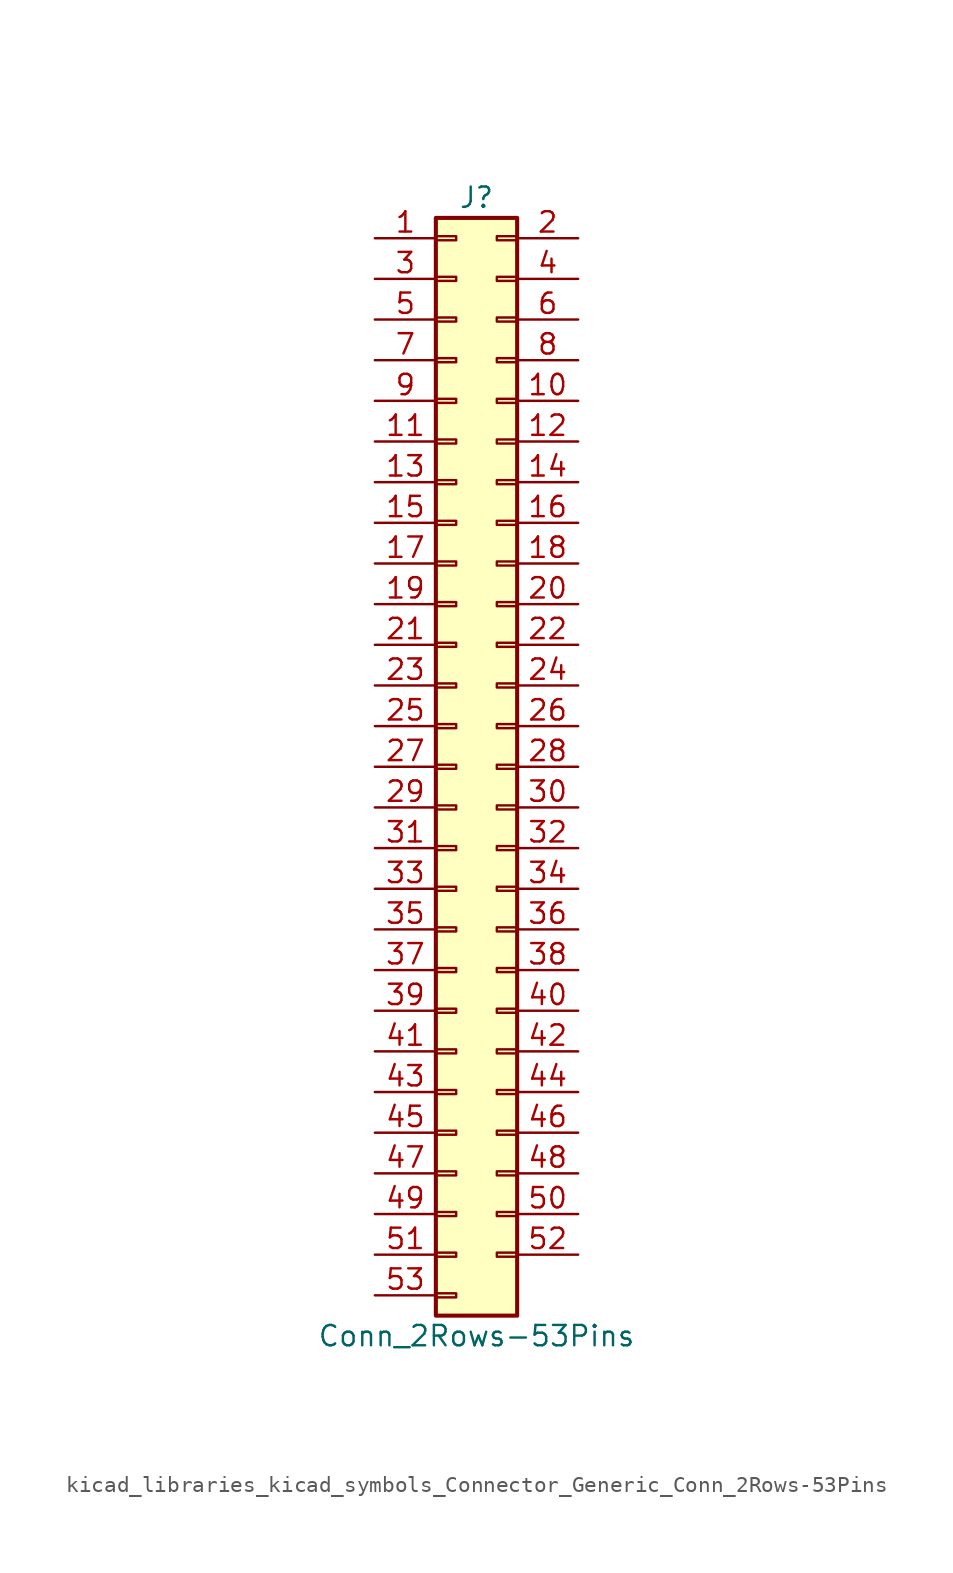
<source format=kicad_sym>
(kicad_symbol_lib
  (version 20220914)
  (generator kicad_symbol_editor)
  (symbol "kicad_libraries_kicad_symbols_Connector_Generic_Conn_2Rows-53Pins"
    (pin_names
      (offset 1.016) hide)
    (property "Reference" "J"
      (at 1.27 35.56 0)
      (effects (font (size 1.27 1.27))))
    (property "Value" "Conn_2Rows-53Pins"
      (at 1.27 -35.56 0)
      (effects (font (size 1.27 1.27))))
    (symbol "kicad_libraries_kicad_symbols_Connector_Generic_Conn_2Rows-53Pins_1_1"
      (rectangle (start -1.27 -32.893) (end 0 -33.147) (stroke (width 0.152) (type default)) (fill (type none)))
      (rectangle (start -1.27 -30.353) (end 0 -30.607) (stroke (width 0.152) (type default)) (fill (type none)))
      (rectangle (start -1.27 -27.813) (end 0 -28.067) (stroke (width 0.152) (type default)) (fill (type none)))
      (rectangle (start -1.27 -25.273) (end 0 -25.527) (stroke (width 0.152) (type default)) (fill (type none)))
      (rectangle (start -1.27 -22.733) (end 0 -22.987) (stroke (width 0.152) (type default)) (fill (type none)))
      (rectangle (start -1.27 -20.193) (end 0 -20.447) (stroke (width 0.152) (type default)) (fill (type none)))
      (rectangle (start -1.27 -17.653) (end 0 -17.907) (stroke (width 0.152) (type default)) (fill (type none)))
      (rectangle (start -1.27 -15.113) (end 0 -15.367) (stroke (width 0.152) (type default)) (fill (type none)))
      (rectangle (start -1.27 -12.573) (end 0 -12.827) (stroke (width 0.152) (type default)) (fill (type none)))
      (rectangle (start -1.27 -10.033) (end 0 -10.287) (stroke (width 0.152) (type default)) (fill (type none)))
      (rectangle (start -1.27 -7.493) (end 0 -7.747) (stroke (width 0.152) (type default)) (fill (type none)))
      (rectangle (start -1.27 -4.953) (end 0 -5.207) (stroke (width 0.152) (type default)) (fill (type none)))
      (rectangle (start -1.27 -2.413) (end 0 -2.667) (stroke (width 0.152) (type default)) (fill (type none)))
      (rectangle (start -1.27 0.127) (end 0 -0.127) (stroke (width 0.152) (type default)) (fill (type none)))
      (rectangle (start -1.27 2.667) (end 0 2.413) (stroke (width 0.152) (type default)) (fill (type none)))
      (rectangle (start -1.27 5.207) (end 0 4.953) (stroke (width 0.152) (type default)) (fill (type none)))
      (rectangle (start -1.27 7.747) (end 0 7.493) (stroke (width 0.152) (type default)) (fill (type none)))
      (rectangle (start -1.27 10.287) (end 0 10.033) (stroke (width 0.152) (type default)) (fill (type none)))
      (rectangle (start -1.27 12.827) (end 0 12.573) (stroke (width 0.152) (type default)) (fill (type none)))
      (rectangle (start -1.27 15.367) (end 0 15.113) (stroke (width 0.152) (type default)) (fill (type none)))
      (rectangle (start -1.27 17.907) (end 0 17.653) (stroke (width 0.152) (type default)) (fill (type none)))
      (rectangle (start -1.27 20.447) (end 0 20.193) (stroke (width 0.152) (type default)) (fill (type none)))
      (rectangle (start -1.27 22.987) (end 0 22.733) (stroke (width 0.152) (type default)) (fill (type none)))
      (rectangle (start -1.27 25.527) (end 0 25.273) (stroke (width 0.152) (type default)) (fill (type none)))
      (rectangle (start -1.27 28.067) (end 0 27.813) (stroke (width 0.152) (type default)) (fill (type none)))
      (rectangle (start -1.27 30.607) (end 0 30.353) (stroke (width 0.152) (type default)) (fill (type none)))
      (rectangle (start -1.27 33.147) (end 0 32.893) (stroke (width 0.152) (type default)) (fill (type none)))
      (rectangle (start -1.27 34.29) (end 3.81 -34.29) (stroke (width 0.254) (type default)) (fill (type background)))
      (rectangle (start 3.81 -30.353) (end 2.54 -30.607) (stroke (width 0.152) (type default)) (fill (type none)))
      (rectangle (start 3.81 -27.813) (end 2.54 -28.067) (stroke (width 0.152) (type default)) (fill (type none)))
      (rectangle (start 3.81 -25.273) (end 2.54 -25.527) (stroke (width 0.152) (type default)) (fill (type none)))
      (rectangle (start 3.81 -22.733) (end 2.54 -22.987) (stroke (width 0.152) (type default)) (fill (type none)))
      (rectangle (start 3.81 -20.193) (end 2.54 -20.447) (stroke (width 0.152) (type default)) (fill (type none)))
      (rectangle (start 3.81 -17.653) (end 2.54 -17.907) (stroke (width 0.152) (type default)) (fill (type none)))
      (rectangle (start 3.81 -15.113) (end 2.54 -15.367) (stroke (width 0.152) (type default)) (fill (type none)))
      (rectangle (start 3.81 -12.573) (end 2.54 -12.827) (stroke (width 0.152) (type default)) (fill (type none)))
      (rectangle (start 3.81 -10.033) (end 2.54 -10.287) (stroke (width 0.152) (type default)) (fill (type none)))
      (rectangle (start 3.81 -7.493) (end 2.54 -7.747) (stroke (width 0.152) (type default)) (fill (type none)))
      (rectangle (start 3.81 -4.953) (end 2.54 -5.207) (stroke (width 0.152) (type default)) (fill (type none)))
      (rectangle (start 3.81 -2.413) (end 2.54 -2.667) (stroke (width 0.152) (type default)) (fill (type none)))
      (rectangle (start 3.81 0.127) (end 2.54 -0.127) (stroke (width 0.152) (type default)) (fill (type none)))
      (rectangle (start 3.81 2.667) (end 2.54 2.413) (stroke (width 0.152) (type default)) (fill (type none)))
      (rectangle (start 3.81 5.207) (end 2.54 4.953) (stroke (width 0.152) (type default)) (fill (type none)))
      (rectangle (start 3.81 7.747) (end 2.54 7.493) (stroke (width 0.152) (type default)) (fill (type none)))
      (rectangle (start 3.81 10.287) (end 2.54 10.033) (stroke (width 0.152) (type default)) (fill (type none)))
      (rectangle (start 3.81 12.827) (end 2.54 12.573) (stroke (width 0.152) (type default)) (fill (type none)))
      (rectangle (start 3.81 15.367) (end 2.54 15.113) (stroke (width 0.152) (type default)) (fill (type none)))
      (rectangle (start 3.81 17.907) (end 2.54 17.653) (stroke (width 0.152) (type default)) (fill (type none)))
      (rectangle (start 3.81 20.447) (end 2.54 20.193) (stroke (width 0.152) (type default)) (fill (type none)))
      (rectangle (start 3.81 22.987) (end 2.54 22.733) (stroke (width 0.152) (type default)) (fill (type none)))
      (rectangle (start 3.81 25.527) (end 2.54 25.273) (stroke (width 0.152) (type default)) (fill (type none)))
      (rectangle (start 3.81 28.067) (end 2.54 27.813) (stroke (width 0.152) (type default)) (fill (type none)))
      (rectangle (start 3.81 30.607) (end 2.54 30.353) (stroke (width 0.152) (type default)) (fill (type none)))
      (rectangle (start 3.81 33.147) (end 2.54 32.893) (stroke (width 0.152) (type default)) (fill (type none)))
      (pin passive line (at -5.08 33.02 0) (length 3.81) (name "Pin_1" (effects (font (size 1.27 1.27)))) (number "1" (effects (font (size 1.27 1.27)))))
      (pin passive line (at 7.62 22.86 180) (length 3.81) (name "Pin_10" (effects (font (size 1.27 1.27)))) (number "10" (effects (font (size 1.27 1.27)))))
      (pin passive line (at -5.08 20.32 0) (length 3.81) (name "Pin_11" (effects (font (size 1.27 1.27)))) (number "11" (effects (font (size 1.27 1.27)))))
      (pin passive line (at 7.62 20.32 180) (length 3.81) (name "Pin_12" (effects (font (size 1.27 1.27)))) (number "12" (effects (font (size 1.27 1.27)))))
      (pin passive line (at -5.08 17.78 0) (length 3.81) (name "Pin_13" (effects (font (size 1.27 1.27)))) (number "13" (effects (font (size 1.27 1.27)))))
      (pin passive line (at 7.62 17.78 180) (length 3.81) (name "Pin_14" (effects (font (size 1.27 1.27)))) (number "14" (effects (font (size 1.27 1.27)))))
      (pin passive line (at -5.08 15.24 0) (length 3.81) (name "Pin_15" (effects (font (size 1.27 1.27)))) (number "15" (effects (font (size 1.27 1.27)))))
      (pin passive line (at 7.62 15.24 180) (length 3.81) (name "Pin_16" (effects (font (size 1.27 1.27)))) (number "16" (effects (font (size 1.27 1.27)))))
      (pin passive line (at -5.08 12.7 0) (length 3.81) (name "Pin_17" (effects (font (size 1.27 1.27)))) (number "17" (effects (font (size 1.27 1.27)))))
      (pin passive line (at 7.62 12.7 180) (length 3.81) (name "Pin_18" (effects (font (size 1.27 1.27)))) (number "18" (effects (font (size 1.27 1.27)))))
      (pin passive line (at -5.08 10.16 0) (length 3.81) (name "Pin_19" (effects (font (size 1.27 1.27)))) (number "19" (effects (font (size 1.27 1.27)))))
      (pin passive line (at 7.62 33.02 180) (length 3.81) (name "Pin_2" (effects (font (size 1.27 1.27)))) (number "2" (effects (font (size 1.27 1.27)))))
      (pin passive line (at 7.62 10.16 180) (length 3.81) (name "Pin_20" (effects (font (size 1.27 1.27)))) (number "20" (effects (font (size 1.27 1.27)))))
      (pin passive line (at -5.08 7.62 0) (length 3.81) (name "Pin_21" (effects (font (size 1.27 1.27)))) (number "21" (effects (font (size 1.27 1.27)))))
      (pin passive line (at 7.62 7.62 180) (length 3.81) (name "Pin_22" (effects (font (size 1.27 1.27)))) (number "22" (effects (font (size 1.27 1.27)))))
      (pin passive line (at -5.08 5.08 0) (length 3.81) (name "Pin_23" (effects (font (size 1.27 1.27)))) (number "23" (effects (font (size 1.27 1.27)))))
      (pin passive line (at 7.62 5.08 180) (length 3.81) (name "Pin_24" (effects (font (size 1.27 1.27)))) (number "24" (effects (font (size 1.27 1.27)))))
      (pin passive line (at -5.08 2.54 0) (length 3.81) (name "Pin_25" (effects (font (size 1.27 1.27)))) (number "25" (effects (font (size 1.27 1.27)))))
      (pin passive line (at 7.62 2.54 180) (length 3.81) (name "Pin_26" (effects (font (size 1.27 1.27)))) (number "26" (effects (font (size 1.27 1.27)))))
      (pin passive line (at -5.08 0 0) (length 3.81) (name "Pin_27" (effects (font (size 1.27 1.27)))) (number "27" (effects (font (size 1.27 1.27)))))
      (pin passive line (at 7.62 0 180) (length 3.81) (name "Pin_28" (effects (font (size 1.27 1.27)))) (number "28" (effects (font (size 1.27 1.27)))))
      (pin passive line (at -5.08 -2.54 0) (length 3.81) (name "Pin_29" (effects (font (size 1.27 1.27)))) (number "29" (effects (font (size 1.27 1.27)))))
      (pin passive line (at -5.08 30.48 0) (length 3.81) (name "Pin_3" (effects (font (size 1.27 1.27)))) (number "3" (effects (font (size 1.27 1.27)))))
      (pin passive line (at 7.62 -2.54 180) (length 3.81) (name "Pin_30" (effects (font (size 1.27 1.27)))) (number "30" (effects (font (size 1.27 1.27)))))
      (pin passive line (at -5.08 -5.08 0) (length 3.81) (name "Pin_31" (effects (font (size 1.27 1.27)))) (number "31" (effects (font (size 1.27 1.27)))))
      (pin passive line (at 7.62 -5.08 180) (length 3.81) (name "Pin_32" (effects (font (size 1.27 1.27)))) (number "32" (effects (font (size 1.27 1.27)))))
      (pin passive line (at -5.08 -7.62 0) (length 3.81) (name "Pin_33" (effects (font (size 1.27 1.27)))) (number "33" (effects (font (size 1.27 1.27)))))
      (pin passive line (at 7.62 -7.62 180) (length 3.81) (name "Pin_34" (effects (font (size 1.27 1.27)))) (number "34" (effects (font (size 1.27 1.27)))))
      (pin passive line (at -5.08 -10.16 0) (length 3.81) (name "Pin_35" (effects (font (size 1.27 1.27)))) (number "35" (effects (font (size 1.27 1.27)))))
      (pin passive line (at 7.62 -10.16 180) (length 3.81) (name "Pin_36" (effects (font (size 1.27 1.27)))) (number "36" (effects (font (size 1.27 1.27)))))
      (pin passive line (at -5.08 -12.7 0) (length 3.81) (name "Pin_37" (effects (font (size 1.27 1.27)))) (number "37" (effects (font (size 1.27 1.27)))))
      (pin passive line (at 7.62 -12.7 180) (length 3.81) (name "Pin_38" (effects (font (size 1.27 1.27)))) (number "38" (effects (font (size 1.27 1.27)))))
      (pin passive line (at -5.08 -15.24 0) (length 3.81) (name "Pin_39" (effects (font (size 1.27 1.27)))) (number "39" (effects (font (size 1.27 1.27)))))
      (pin passive line (at 7.62 30.48 180) (length 3.81) (name "Pin_4" (effects (font (size 1.27 1.27)))) (number "4" (effects (font (size 1.27 1.27)))))
      (pin passive line (at 7.62 -15.24 180) (length 3.81) (name "Pin_40" (effects (font (size 1.27 1.27)))) (number "40" (effects (font (size 1.27 1.27)))))
      (pin passive line (at -5.08 -17.78 0) (length 3.81) (name "Pin_41" (effects (font (size 1.27 1.27)))) (number "41" (effects (font (size 1.27 1.27)))))
      (pin passive line (at 7.62 -17.78 180) (length 3.81) (name "Pin_42" (effects (font (size 1.27 1.27)))) (number "42" (effects (font (size 1.27 1.27)))))
      (pin passive line (at -5.08 -20.32 0) (length 3.81) (name "Pin_43" (effects (font (size 1.27 1.27)))) (number "43" (effects (font (size 1.27 1.27)))))
      (pin passive line (at 7.62 -20.32 180) (length 3.81) (name "Pin_44" (effects (font (size 1.27 1.27)))) (number "44" (effects (font (size 1.27 1.27)))))
      (pin passive line (at -5.08 -22.86 0) (length 3.81) (name "Pin_45" (effects (font (size 1.27 1.27)))) (number "45" (effects (font (size 1.27 1.27)))))
      (pin passive line (at 7.62 -22.86 180) (length 3.81) (name "Pin_46" (effects (font (size 1.27 1.27)))) (number "46" (effects (font (size 1.27 1.27)))))
      (pin passive line (at -5.08 -25.4 0) (length 3.81) (name "Pin_47" (effects (font (size 1.27 1.27)))) (number "47" (effects (font (size 1.27 1.27)))))
      (pin passive line (at 7.62 -25.4 180) (length 3.81) (name "Pin_48" (effects (font (size 1.27 1.27)))) (number "48" (effects (font (size 1.27 1.27)))))
      (pin passive line (at -5.08 -27.94 0) (length 3.81) (name "Pin_49" (effects (font (size 1.27 1.27)))) (number "49" (effects (font (size 1.27 1.27)))))
      (pin passive line (at -5.08 27.94 0) (length 3.81) (name "Pin_5" (effects (font (size 1.27 1.27)))) (number "5" (effects (font (size 1.27 1.27)))))
      (pin passive line (at 7.62 -27.94 180) (length 3.81) (name "Pin_50" (effects (font (size 1.27 1.27)))) (number "50" (effects (font (size 1.27 1.27)))))
      (pin passive line (at -5.08 -30.48 0) (length 3.81) (name "Pin_51" (effects (font (size 1.27 1.27)))) (number "51" (effects (font (size 1.27 1.27)))))
      (pin passive line (at 7.62 -30.48 180) (length 3.81) (name "Pin_52" (effects (font (size 1.27 1.27)))) (number "52" (effects (font (size 1.27 1.27)))))
      (pin passive line (at -5.08 -33.02 0) (length 3.81) (name "Pin_53" (effects (font (size 1.27 1.27)))) (number "53" (effects (font (size 1.27 1.27)))))
      (pin passive line (at 7.62 27.94 180) (length 3.81) (name "Pin_6" (effects (font (size 1.27 1.27)))) (number "6" (effects (font (size 1.27 1.27)))))
      (pin passive line (at -5.08 25.4 0) (length 3.81) (name "Pin_7" (effects (font (size 1.27 1.27)))) (number "7" (effects (font (size 1.27 1.27)))))
      (pin passive line (at 7.62 25.4 180) (length 3.81) (name "Pin_8" (effects (font (size 1.27 1.27)))) (number "8" (effects (font (size 1.27 1.27)))))
      (pin passive line (at -5.08 22.86 0) (length 3.81) (name "Pin_9" (effects (font (size 1.27 1.27)))) (number "9" (effects (font (size 1.27 1.27))))))))
</source>
